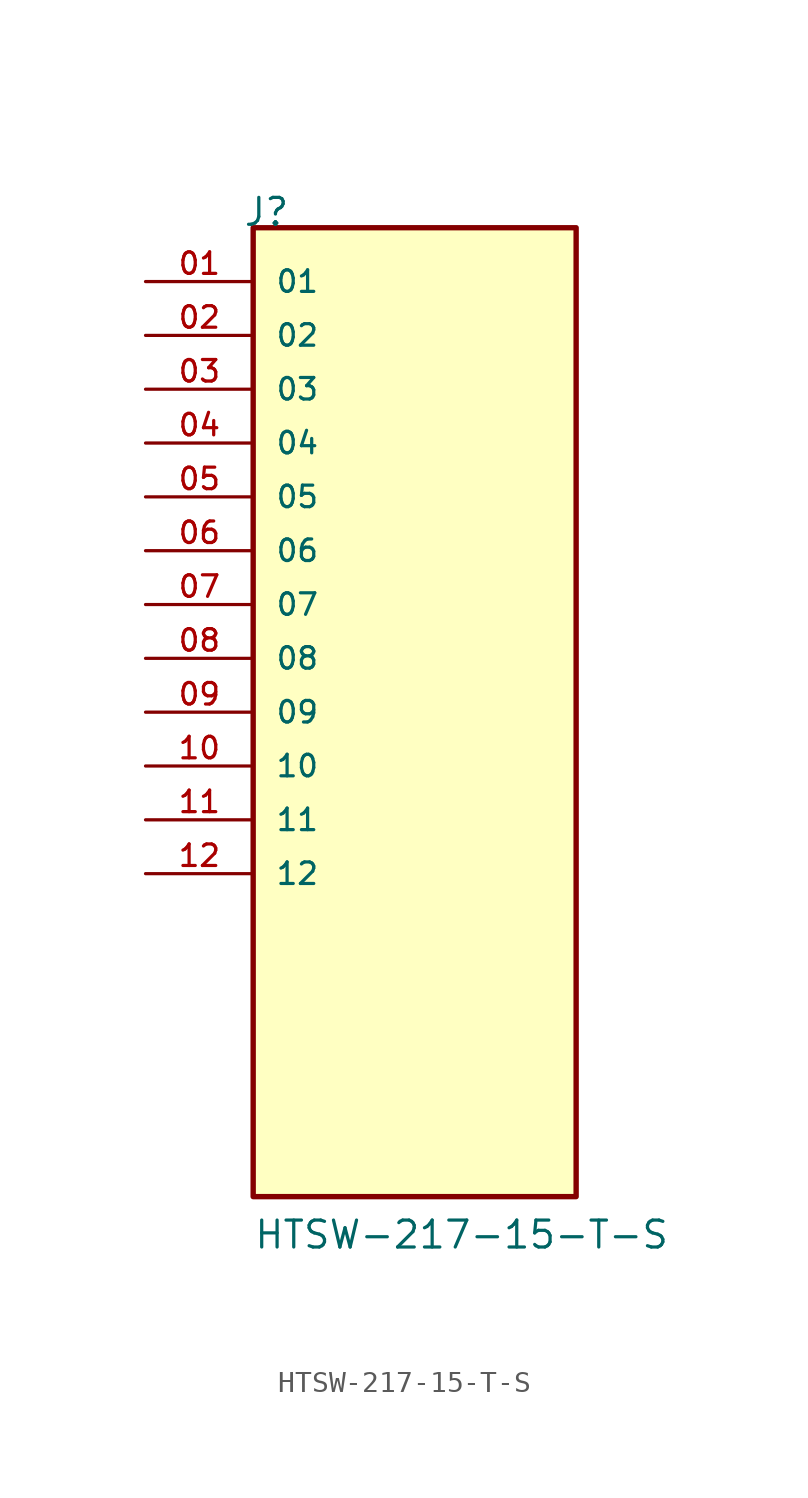
<source format=kicad_sym>
(kicad_symbol_lib
  (version 20231120)
  (generator "kicad_symbol_editor")
  (generator_version "8.0")
  (symbol "HTSW-217-15-T-S"
    (pin_names
      (offset 1.016))
    (property "Reference" "J"
      (at -8.12 22.86 0)
      (effects (font (size 1.27 1.27)) (justify left bottom)))
    (property "Value" "HTSW-217-15-T-S"
      (at -7.62 -25.4 0)
      (effects (font (size 1.27 1.27)) (justify left bottom)))
    (symbol "HTSW-217-15-T-S_0_0"
      (rectangle (start -7.62 22.86) (end 7.62 -22.86) (stroke (width 0.254) (type default)) (fill (type background)))
      (pin passive line (at -12.7 20.32 0) (length 5.08) (name "01" (effects (font (size 1.016 1.016)))) (number "01" (effects (font (size 1.016 1.016)))))
      (pin passive line (at -12.7 17.78 0) (length 5.08) (name "02" (effects (font (size 1.016 1.016)))) (number "02" (effects (font (size 1.016 1.016)))))
      (pin passive line (at -12.7 15.24 0) (length 5.08) (name "03" (effects (font (size 1.016 1.016)))) (number "03" (effects (font (size 1.016 1.016)))))
      (pin passive line (at -12.7 12.7 0) (length 5.08) (name "04" (effects (font (size 1.016 1.016)))) (number "04" (effects (font (size 1.016 1.016)))))
      (pin passive line (at -12.7 10.16 0) (length 5.08) (name "05" (effects (font (size 1.016 1.016)))) (number "05" (effects (font (size 1.016 1.016)))))
      (pin passive line (at -12.7 7.62 0) (length 5.08) (name "06" (effects (font (size 1.016 1.016)))) (number "06" (effects (font (size 1.016 1.016)))))
      (pin passive line (at -12.7 5.08 0) (length 5.08) (name "07" (effects (font (size 1.016 1.016)))) (number "07" (effects (font (size 1.016 1.016)))))
      (pin passive line (at -12.7 2.54 0) (length 5.08) (name "08" (effects (font (size 1.016 1.016)))) (number "08" (effects (font (size 1.016 1.016)))))
      (pin passive line (at -12.7 0 0) (length 5.08) (name "09" (effects (font (size 1.016 1.016)))) (number "09" (effects (font (size 1.016 1.016)))))
      (pin passive line (at -12.7 -2.54 0) (length 5.08) (name "10" (effects (font (size 1.016 1.016)))) (number "10" (effects (font (size 1.016 1.016)))))
      (pin passive line (at -12.7 -5.08 0) (length 5.08) (name "11" (effects (font (size 1.016 1.016)))) (number "11" (effects (font (size 1.016 1.016)))))
      (pin passive line (at -12.7 -7.62 0) (length 5.08) (name "12" (effects (font (size 1.016 1.016)))) (number "12" (effects (font (size 1.016 1.016))))))))
</source>
